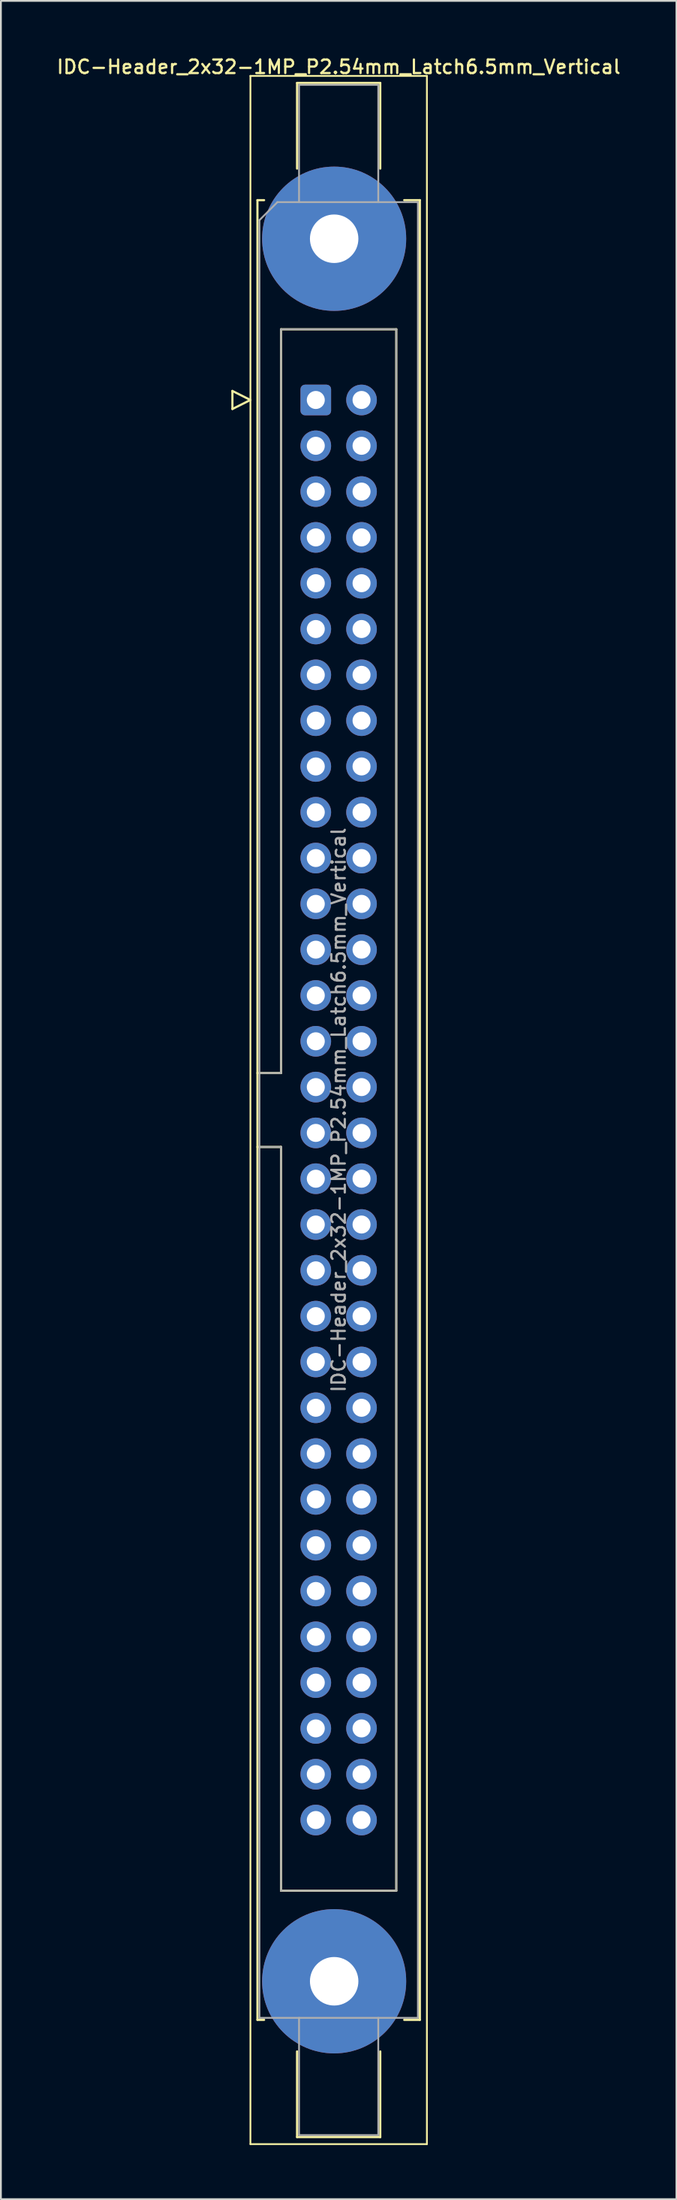
<source format=kicad_pcb>
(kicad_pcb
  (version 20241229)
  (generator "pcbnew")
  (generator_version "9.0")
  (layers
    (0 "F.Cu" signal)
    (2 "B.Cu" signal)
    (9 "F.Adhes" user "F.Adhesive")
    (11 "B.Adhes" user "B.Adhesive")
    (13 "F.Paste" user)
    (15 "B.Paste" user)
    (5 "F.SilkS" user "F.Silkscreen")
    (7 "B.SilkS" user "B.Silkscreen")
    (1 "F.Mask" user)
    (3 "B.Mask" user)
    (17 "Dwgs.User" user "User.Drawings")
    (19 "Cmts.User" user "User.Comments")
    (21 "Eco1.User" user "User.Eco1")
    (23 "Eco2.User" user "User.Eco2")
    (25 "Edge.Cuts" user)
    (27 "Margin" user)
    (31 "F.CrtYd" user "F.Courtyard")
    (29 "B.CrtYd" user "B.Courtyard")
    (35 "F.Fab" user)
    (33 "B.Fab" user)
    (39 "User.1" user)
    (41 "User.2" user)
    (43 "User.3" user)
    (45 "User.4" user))
  (footprint "IDC-Header_2x32-1MP_P2.54mm_Latch6.5mm_Vertical"
    (layer "F.Cu")
    (at 14.485 19.128)
    (property "Reference" "IDC-Header_2x32-1MP_P2.54mm_Latch6.5mm_Vertical" (at 1.27 -18.47 0) (layer "F.SilkS") (effects (font (size 0.75 0.75) (thickness 0.125))))
    (attr through_hole)
    (fp_line (start -4.63 -0.5) (end -4.63 0.5) (stroke (width 0.12) (type solid)) (layer "F.SilkS"))
    (fp_line (start -4.63 0.5) (end -3.63 0) (stroke (width 0.12) (type solid)) (layer "F.SilkS"))
    (fp_line (start -3.63 -17.97) (end -3.63 96.71) (stroke (width 0.1) (type solid)) (layer "F.SilkS"))
    (fp_line (start -3.63 0) (end -4.63 -0.5) (stroke (width 0.12) (type solid)) (layer "F.SilkS"))
    (fp_line (start -3.63 96.71) (end 6.17 96.71) (stroke (width 0.1) (type solid)) (layer "F.SilkS"))
    (fp_line (start -3.24 -11.08) (end -3.24 89.82) (stroke (width 0.12) (type solid)) (layer "F.SilkS"))
    (fp_line (start -3.24 37.32) (end -1.93 37.32) (stroke (width 0.12) (type solid)) (layer "F.SilkS"))
    (fp_line (start -3.24 89.82) (end -2.87 89.82) (stroke (width 0.12) (type solid)) (layer "F.SilkS"))
    (fp_line (start -2.87 -11.08) (end -3.24 -11.08) (stroke (width 0.12) (type solid)) (layer "F.SilkS"))
    (fp_line (start -1.93 -3.92) (end 4.47 -3.92) (stroke (width 0.12) (type solid)) (layer "F.SilkS"))
    (fp_line (start -1.93 37.32) (end -1.93 -3.92) (stroke (width 0.12) (type solid)) (layer "F.SilkS"))
    (fp_line (start -1.93 41.42) (end -3.24 41.42) (stroke (width 0.12) (type solid)) (layer "F.SilkS"))
    (fp_line (start -1.93 41.42) (end -1.93 41.42) (stroke (width 0.12) (type solid)) (layer "F.SilkS"))
    (fp_line (start -1.93 82.66) (end -1.93 41.42) (stroke (width 0.12) (type solid)) (layer "F.SilkS"))
    (fp_line (start -1.04 -17.58) (end 3.58 -17.58) (stroke (width 0.12) (type solid)) (layer "F.SilkS"))
    (fp_line (start -1.04 -12.83) (end -1.04 -17.58) (stroke (width 0.12) (type solid)) (layer "F.SilkS"))
    (fp_line (start -1.04 91.57) (end -1.04 96.32) (stroke (width 0.12) (type solid)) (layer "F.SilkS"))
    (fp_line (start -1.04 96.32) (end 3.58 96.32) (stroke (width 0.12) (type solid)) (layer "F.SilkS"))
    (fp_line (start 3.58 -17.58) (end 3.58 -12.83) (stroke (width 0.12) (type solid)) (layer "F.SilkS"))
    (fp_line (start 3.58 96.32) (end 3.58 91.57) (stroke (width 0.12) (type solid)) (layer "F.SilkS"))
    (fp_line (start 4.47 -3.92) (end 4.47 82.66) (stroke (width 0.12) (type solid)) (layer "F.SilkS"))
    (fp_line (start 4.47 82.66) (end -1.93 82.66) (stroke (width 0.12) (type solid)) (layer "F.SilkS"))
    (fp_line (start 4.91 -11.08) (end 5.78 -11.08) (stroke (width 0.12) (type solid)) (layer "F.SilkS"))
    (fp_line (start 5.78 -11.08) (end 5.78 89.82) (stroke (width 0.12) (type solid)) (layer "F.SilkS"))
    (fp_line (start 5.78 89.82) (end 4.91 89.82) (stroke (width 0.12) (type solid)) (layer "F.SilkS"))
    (fp_line (start 6.17 -17.97) (end -3.63 -17.97) (stroke (width 0.1) (type solid)) (layer "F.SilkS"))
    (fp_line (start 6.17 96.71) (end 6.17 -17.97) (stroke (width 0.1) (type solid)) (layer "F.SilkS"))
    (fp_line (start -3.13 -9.97) (end -2.13 -10.97) (stroke (width 0.1) (type solid)) (layer "F.Fab"))
    (fp_line (start -3.13 37.32) (end -1.93 37.32) (stroke (width 0.1) (type solid)) (layer "F.Fab"))
    (fp_line (start -3.13 89.71) (end -3.13 -9.97) (stroke (width 0.1) (type solid)) (layer "F.Fab"))
    (fp_line (start -2.13 -10.97) (end 5.67 -10.97) (stroke (width 0.1) (type solid)) (layer "F.Fab"))
    (fp_line (start -1.93 -3.92) (end 4.47 -3.92) (stroke (width 0.1) (type solid)) (layer "F.Fab"))
    (fp_line (start -1.93 37.32) (end -1.93 -3.92) (stroke (width 0.1) (type solid)) (layer "F.Fab"))
    (fp_line (start -1.93 41.42) (end -3.13 41.42) (stroke (width 0.1) (type solid)) (layer "F.Fab"))
    (fp_line (start -1.93 41.42) (end -1.93 41.42) (stroke (width 0.1) (type solid)) (layer "F.Fab"))
    (fp_line (start -1.93 82.66) (end -1.93 41.42) (stroke (width 0.1) (type solid)) (layer "F.Fab"))
    (fp_line (start -0.93 -17.47) (end 3.47 -17.47) (stroke (width 0.1) (type solid)) (layer "F.Fab"))
    (fp_line (start -0.93 -10.97) (end -0.93 -17.47) (stroke (width 0.1) (type solid)) (layer "F.Fab"))
    (fp_line (start -0.93 89.71) (end -0.93 96.21) (stroke (width 0.1) (type solid)) (layer "F.Fab"))
    (fp_line (start -0.93 96.21) (end 3.47 96.21) (stroke (width 0.1) (type solid)) (layer "F.Fab"))
    (fp_line (start 3.47 -17.47) (end 3.47 -10.97) (stroke (width 0.1) (type solid)) (layer "F.Fab"))
    (fp_line (start 3.47 96.21) (end 3.47 89.71) (stroke (width 0.1) (type solid)) (layer "F.Fab"))
    (fp_line (start 4.47 -3.92) (end 4.47 82.66) (stroke (width 0.1) (type solid)) (layer "F.Fab"))
    (fp_line (start 4.47 82.66) (end -1.93 82.66) (stroke (width 0.1) (type solid)) (layer "F.Fab"))
    (fp_line (start 5.67 -10.97) (end 5.67 89.71) (stroke (width 0.1) (type solid)) (layer "F.Fab"))
    (fp_line (start 5.67 89.71) (end -3.13 89.71) (stroke (width 0.1) (type solid)) (layer "F.Fab"))
    (fp_text user "${REFERENCE}" (at 1.27 39.37 90) (layer "F.Fab") (effects (font (size 0.75 0.75) (thickness 0.125))))
    (pad "1" thru_hole roundrect (at 0 0) (size 1.7 1.7) (drill 1) (layers "*.Cu" "*.Mask") (roundrect_rratio 0.147))
    (pad "2" thru_hole circle (at 2.54 0) (size 1.7 1.7) (drill 1) (layers "*.Cu" "*.Mask"))
    (pad "3" thru_hole circle (at 0 2.54) (size 1.7 1.7) (drill 1) (layers "*.Cu" "*.Mask"))
    (pad "4" thru_hole circle (at 2.54 2.54) (size 1.7 1.7) (drill 1) (layers "*.Cu" "*.Mask"))
    (pad "5" thru_hole circle (at 0 5.08) (size 1.7 1.7) (drill 1) (layers "*.Cu" "*.Mask"))
    (pad "6" thru_hole circle (at 2.54 5.08) (size 1.7 1.7) (drill 1) (layers "*.Cu" "*.Mask"))
    (pad "7" thru_hole circle (at 0 7.62) (size 1.7 1.7) (drill 1) (layers "*.Cu" "*.Mask"))
    (pad "8" thru_hole circle (at 2.54 7.62) (size 1.7 1.7) (drill 1) (layers "*.Cu" "*.Mask"))
    (pad "9" thru_hole circle (at 0 10.16) (size 1.7 1.7) (drill 1) (layers "*.Cu" "*.Mask"))
    (pad "10" thru_hole circle (at 2.54 10.16) (size 1.7 1.7) (drill 1) (layers "*.Cu" "*.Mask"))
    (pad "11" thru_hole circle (at 0 12.7) (size 1.7 1.7) (drill 1) (layers "*.Cu" "*.Mask"))
    (pad "12" thru_hole circle (at 2.54 12.7) (size 1.7 1.7) (drill 1) (layers "*.Cu" "*.Mask"))
    (pad "13" thru_hole circle (at 0 15.24) (size 1.7 1.7) (drill 1) (layers "*.Cu" "*.Mask"))
    (pad "14" thru_hole circle (at 2.54 15.24) (size 1.7 1.7) (drill 1) (layers "*.Cu" "*.Mask"))
    (pad "15" thru_hole circle (at 0 17.78) (size 1.7 1.7) (drill 1) (layers "*.Cu" "*.Mask"))
    (pad "16" thru_hole circle (at 2.54 17.78) (size 1.7 1.7) (drill 1) (layers "*.Cu" "*.Mask"))
    (pad "17" thru_hole circle (at 0 20.32) (size 1.7 1.7) (drill 1) (layers "*.Cu" "*.Mask"))
    (pad "18" thru_hole circle (at 2.54 20.32) (size 1.7 1.7) (drill 1) (layers "*.Cu" "*.Mask"))
    (pad "19" thru_hole circle (at 0 22.86) (size 1.7 1.7) (drill 1) (layers "*.Cu" "*.Mask"))
    (pad "20" thru_hole circle (at 2.54 22.86) (size 1.7 1.7) (drill 1) (layers "*.Cu" "*.Mask"))
    (pad "21" thru_hole circle (at 0 25.4) (size 1.7 1.7) (drill 1) (layers "*.Cu" "*.Mask"))
    (pad "22" thru_hole circle (at 2.54 25.4) (size 1.7 1.7) (drill 1) (layers "*.Cu" "*.Mask"))
    (pad "23" thru_hole circle (at 0 27.94) (size 1.7 1.7) (drill 1) (layers "*.Cu" "*.Mask"))
    (pad "24" thru_hole circle (at 2.54 27.94) (size 1.7 1.7) (drill 1) (layers "*.Cu" "*.Mask"))
    (pad "25" thru_hole circle (at 0 30.48) (size 1.7 1.7) (drill 1) (layers "*.Cu" "*.Mask"))
    (pad "26" thru_hole circle (at 2.54 30.48) (size 1.7 1.7) (drill 1) (layers "*.Cu" "*.Mask"))
    (pad "27" thru_hole circle (at 0 33.02) (size 1.7 1.7) (drill 1) (layers "*.Cu" "*.Mask"))
    (pad "28" thru_hole circle (at 2.54 33.02) (size 1.7 1.7) (drill 1) (layers "*.Cu" "*.Mask"))
    (pad "29" thru_hole circle (at 0 35.56) (size 1.7 1.7) (drill 1) (layers "*.Cu" "*.Mask"))
    (pad "30" thru_hole circle (at 2.54 35.56) (size 1.7 1.7) (drill 1) (layers "*.Cu" "*.Mask"))
    (pad "31" thru_hole circle (at 0 38.1) (size 1.7 1.7) (drill 1) (layers "*.Cu" "*.Mask"))
    (pad "32" thru_hole circle (at 2.54 38.1) (size 1.7 1.7) (drill 1) (layers "*.Cu" "*.Mask"))
    (pad "33" thru_hole circle (at 0 40.64) (size 1.7 1.7) (drill 1) (layers "*.Cu" "*.Mask"))
    (pad "34" thru_hole circle (at 2.54 40.64) (size 1.7 1.7) (drill 1) (layers "*.Cu" "*.Mask"))
    (pad "35" thru_hole circle (at 0 43.18) (size 1.7 1.7) (drill 1) (layers "*.Cu" "*.Mask"))
    (pad "36" thru_hole circle (at 2.54 43.18) (size 1.7 1.7) (drill 1) (layers "*.Cu" "*.Mask"))
    (pad "37" thru_hole circle (at 0 45.72) (size 1.7 1.7) (drill 1) (layers "*.Cu" "*.Mask"))
    (pad "38" thru_hole circle (at 2.54 45.72) (size 1.7 1.7) (drill 1) (layers "*.Cu" "*.Mask"))
    (pad "39" thru_hole circle (at 0 48.26) (size 1.7 1.7) (drill 1) (layers "*.Cu" "*.Mask"))
    (pad "40" thru_hole circle (at 2.54 48.26) (size 1.7 1.7) (drill 1) (layers "*.Cu" "*.Mask"))
    (pad "41" thru_hole circle (at 0 50.8) (size 1.7 1.7) (drill 1) (layers "*.Cu" "*.Mask"))
    (pad "42" thru_hole circle (at 2.54 50.8) (size 1.7 1.7) (drill 1) (layers "*.Cu" "*.Mask"))
    (pad "43" thru_hole circle (at 0 53.34) (size 1.7 1.7) (drill 1) (layers "*.Cu" "*.Mask"))
    (pad "44" thru_hole circle (at 2.54 53.34) (size 1.7 1.7) (drill 1) (layers "*.Cu" "*.Mask"))
    (pad "45" thru_hole circle (at 0 55.88) (size 1.7 1.7) (drill 1) (layers "*.Cu" "*.Mask"))
    (pad "46" thru_hole circle (at 2.54 55.88) (size 1.7 1.7) (drill 1) (layers "*.Cu" "*.Mask"))
    (pad "47" thru_hole circle (at 0 58.42) (size 1.7 1.7) (drill 1) (layers "*.Cu" "*.Mask"))
    (pad "48" thru_hole circle (at 2.54 58.42) (size 1.7 1.7) (drill 1) (layers "*.Cu" "*.Mask"))
    (pad "49" thru_hole circle (at 0 60.96) (size 1.7 1.7) (drill 1) (layers "*.Cu" "*.Mask"))
    (pad "50" thru_hole circle (at 2.54 60.96) (size 1.7 1.7) (drill 1) (layers "*.Cu" "*.Mask"))
    (pad "51" thru_hole circle (at 0 63.5) (size 1.7 1.7) (drill 1) (layers "*.Cu" "*.Mask"))
    (pad "52" thru_hole circle (at 2.54 63.5) (size 1.7 1.7) (drill 1) (layers "*.Cu" "*.Mask"))
    (pad "53" thru_hole circle (at 0 66.04) (size 1.7 1.7) (drill 1) (layers "*.Cu" "*.Mask"))
    (pad "54" thru_hole circle (at 2.54 66.04) (size 1.7 1.7) (drill 1) (layers "*.Cu" "*.Mask"))
    (pad "55" thru_hole circle (at 0 68.58) (size 1.7 1.7) (drill 1) (layers "*.Cu" "*.Mask"))
    (pad "56" thru_hole circle (at 2.54 68.58) (size 1.7 1.7) (drill 1) (layers "*.Cu" "*.Mask"))
    (pad "57" thru_hole circle (at 0 71.12) (size 1.7 1.7) (drill 1) (layers "*.Cu" "*.Mask"))
    (pad "58" thru_hole circle (at 2.54 71.12) (size 1.7 1.7) (drill 1) (layers "*.Cu" "*.Mask"))
    (pad "59" thru_hole circle (at 0 73.66) (size 1.7 1.7) (drill 1) (layers "*.Cu" "*.Mask"))
    (pad "60" thru_hole circle (at 2.54 73.66) (size 1.7 1.7) (drill 1) (layers "*.Cu" "*.Mask"))
    (pad "61" thru_hole circle (at 0 76.2) (size 1.7 1.7) (drill 1) (layers "*.Cu" "*.Mask"))
    (pad "62" thru_hole circle (at 2.54 76.2) (size 1.7 1.7) (drill 1) (layers "*.Cu" "*.Mask"))
    (pad "63" thru_hole circle (at 0 78.74) (size 1.7 1.7) (drill 1) (layers "*.Cu" "*.Mask"))
    (pad "64" thru_hole circle (at 2.54 78.74) (size 1.7 1.7) (drill 1) (layers "*.Cu" "*.Mask"))
    (pad "MP" thru_hole circle (at 1.02 -8.94) (size 8 8) (drill 2.69) (layers "*.Cu" "*.Mask"))
    (pad "MP" thru_hole circle (at 1.02 87.68) (size 8 8) (drill 2.69) (layers "*.Cu" "*.Mask")))
  (gr_rect
    (start -3 -3)
    (end 34.511 118.888)
    (stroke (width 0.1) (type default))
    (fill no)
    (layer "Edge.Cuts")))
</source>
